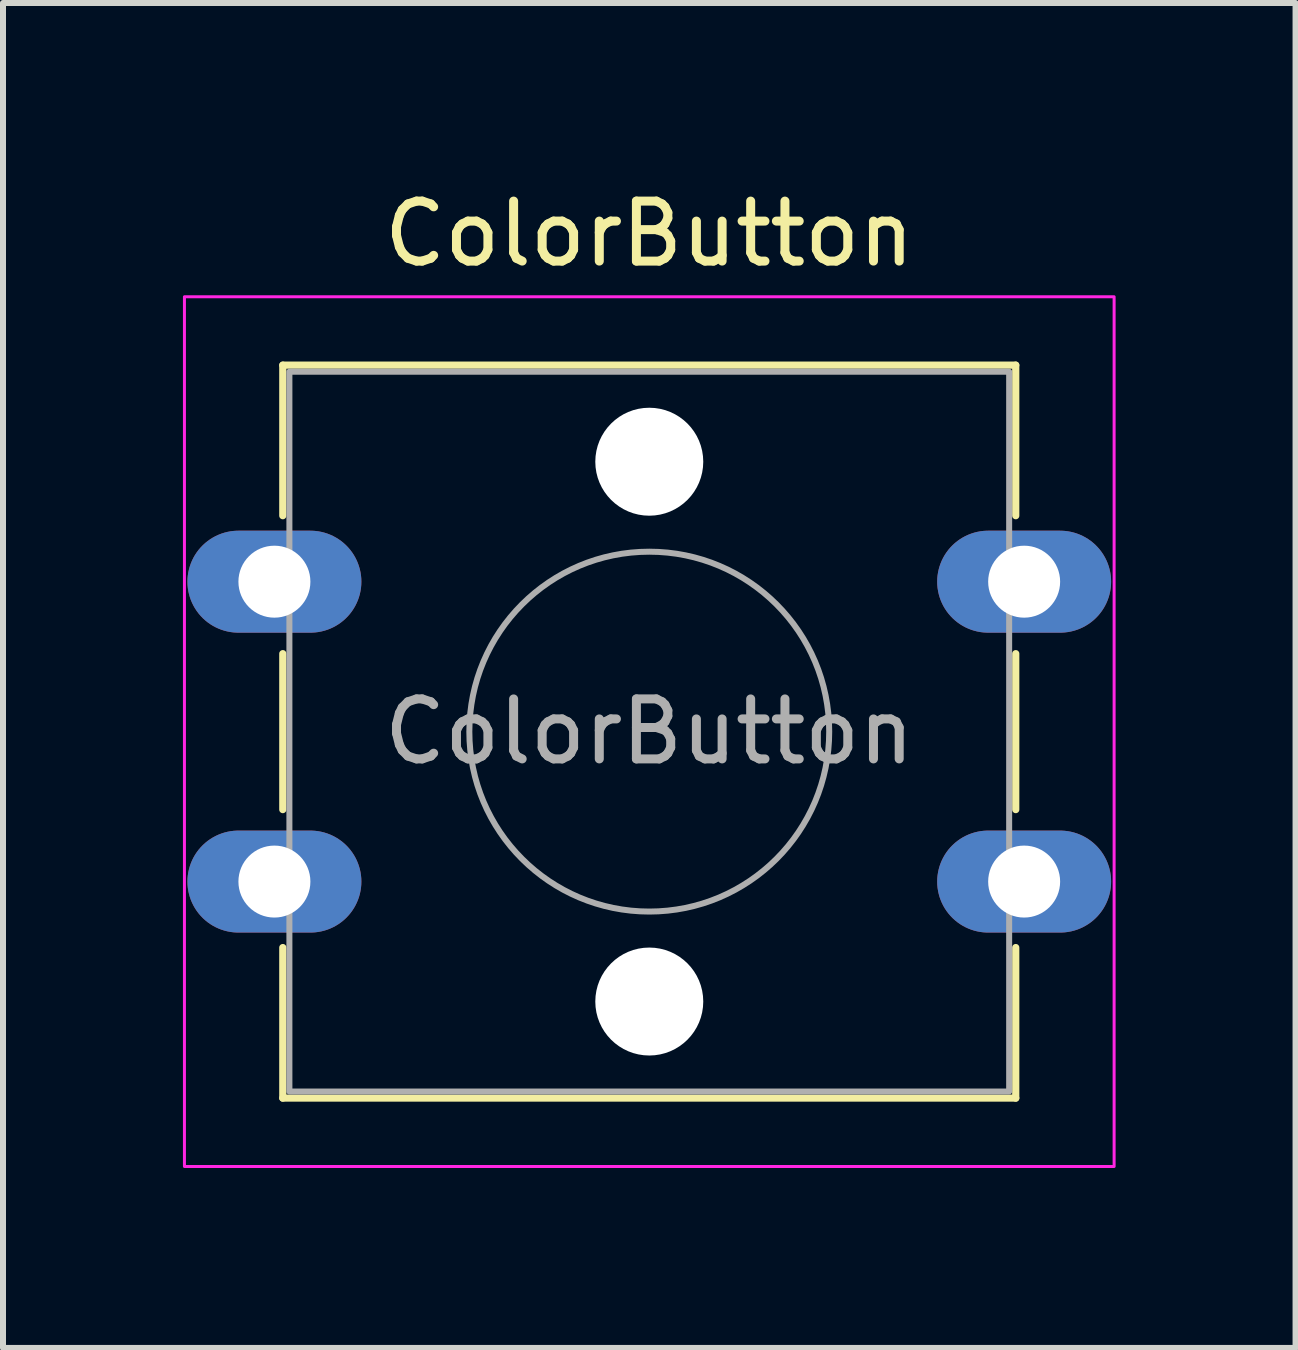
<source format=kicad_pcb>
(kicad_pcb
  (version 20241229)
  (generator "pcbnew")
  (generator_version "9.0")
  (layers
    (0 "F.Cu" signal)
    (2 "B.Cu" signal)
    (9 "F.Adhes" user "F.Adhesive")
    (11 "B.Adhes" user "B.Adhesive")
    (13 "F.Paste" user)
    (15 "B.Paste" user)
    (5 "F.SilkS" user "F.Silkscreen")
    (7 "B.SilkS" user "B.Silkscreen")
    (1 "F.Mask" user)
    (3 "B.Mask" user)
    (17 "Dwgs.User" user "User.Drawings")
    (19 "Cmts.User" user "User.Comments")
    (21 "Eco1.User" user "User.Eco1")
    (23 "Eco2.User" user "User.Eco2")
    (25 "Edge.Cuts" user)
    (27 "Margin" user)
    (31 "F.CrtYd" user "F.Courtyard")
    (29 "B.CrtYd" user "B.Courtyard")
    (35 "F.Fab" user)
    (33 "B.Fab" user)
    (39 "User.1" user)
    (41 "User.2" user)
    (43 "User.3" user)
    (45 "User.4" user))
  (footprint "ColorButton"
    (layer "F.Cu")
    (at 7.785 9.143)
    (property "Reference" "ColorButton" (at -0.01 -8.295 0) (layer "F.SilkS") (effects (font (size 1 1) (thickness 0.15))))
    (attr through_hole)
    (fp_line (start -6.12 -6.105) (end -6.12 -3.595) (stroke (width 0.12) (type default)) (layer "F.SilkS"))
    (fp_line (start -6.12 -6.105) (end 6.1 -6.105) (stroke (width 0.12) (type default)) (layer "F.SilkS"))
    (fp_line (start -6.12 -1.295) (end -6.12 1.305) (stroke (width 0.12) (type default)) (layer "F.SilkS"))
    (fp_line (start -6.12 3.605) (end -6.12 6.115) (stroke (width 0.12) (type default)) (layer "F.SilkS"))
    (fp_line (start 6.1 -1.295) (end 6.1 1.305) (stroke (width 0.12) (type default)) (layer "F.SilkS"))
    (fp_line (start 6.1 -6.105) (end 6.1 -3.595) (stroke (width 0.12) (type default)) (layer "F.SilkS"))
    (fp_line (start 6.1 3.605) (end 6.1 6.115) (stroke (width 0.12) (type default)) (layer "F.SilkS"))
    (fp_line (start 6.1 6.115) (end -6.12 6.115) (stroke (width 0.12) (type default)) (layer "F.SilkS"))
    (fp_poly (pts (xy -7.76 -7.245) (xy 7.74 -7.245) (xy 7.74 7.255) (xy -7.76 7.255)) (stroke (width 0.05) (type default)) (fill no) (layer "F.CrtYd"))
    (fp_circle (center -0.01 0.005) (end 2.99 0.005) (stroke (width 0.1) (type default)) (fill no) (layer "F.Fab"))
    (fp_poly (pts (xy -6.01 -5.995) (xy 5.99 -5.995) (xy 5.99 6.005) (xy -6.01 6.005)) (stroke (width 0.1) (type default)) (fill no) (layer "F.Fab"))
    (fp_text user "${REFERENCE}" (at -0.01 0.005 0) (layer "F.Fab") (effects (font (size 1 1) (thickness 0.15))))
    (pad "" np_thru_hole circle (at -0.01 -4.495) (size 1.8 1.8) (drill 1.8) (layers "*.Cu" "*.Mask"))
    (pad "" np_thru_hole circle (at -0.01 4.505) (size 1.8 1.8) (drill 1.8) (layers "*.Cu" "*.Mask"))
    (pad "1" thru_hole oval (at -6.26 -2.495) (size 2.9 1.7) (drill 1.2) (layers "*.Cu" "*.Mask"))
    (pad "1" thru_hole oval (at 6.24 -2.495) (size 2.9 1.7) (drill 1.2) (layers "*.Cu" "*.Mask"))
    (pad "2" thru_hole oval (at -6.26 2.505) (size 2.9 1.7) (drill 1.2) (layers "*.Cu" "*.Mask"))
    (pad "2" thru_hole oval (at 6.24 2.505) (size 2.9 1.7) (drill 1.2) (layers "*.Cu" "*.Mask")))
  (gr_rect
    (start -3 -3)
    (end 18.55 19.423)
    (stroke (width 0.1) (type default))
    (fill no)
    (layer "Edge.Cuts")))
</source>
